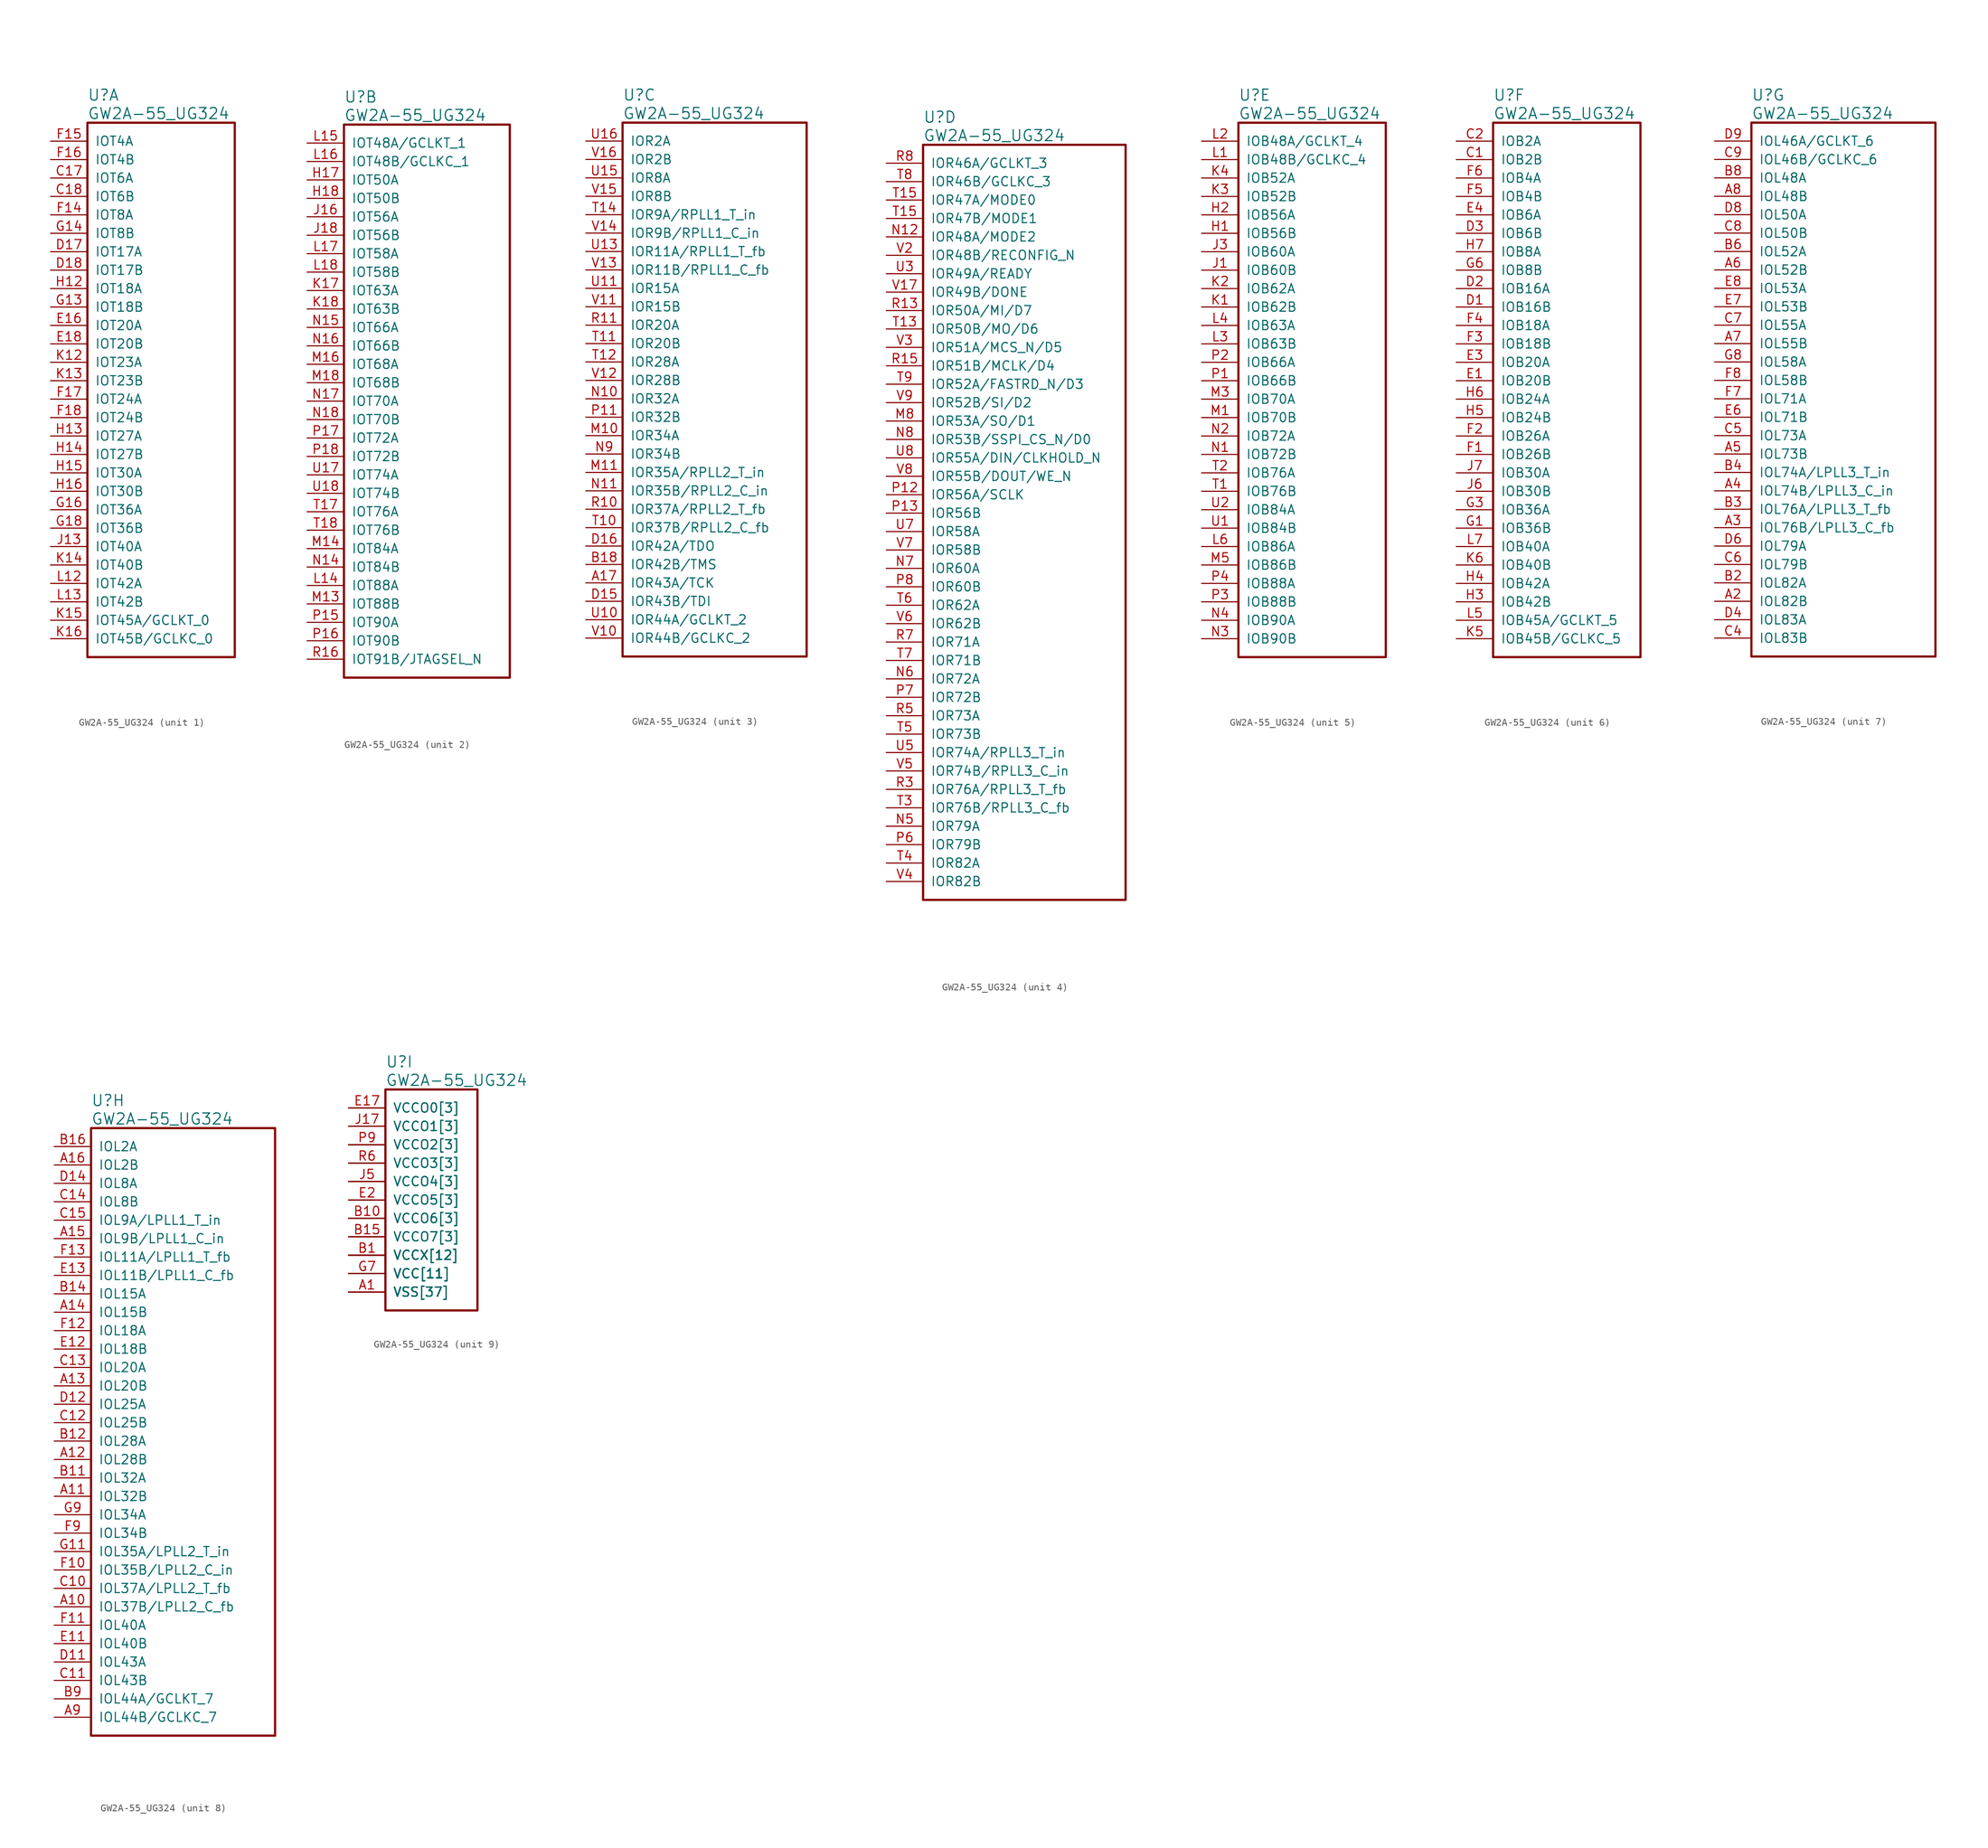
<source format=kicad_sym>
(kicad_symbol_lib
  (version 20211014)
  (generator kicad_symbol_editor)
  (symbol "GW2A-55_UG324"
    (pin_names
      (offset 1.016))
    (property "Reference" "U"
      (at 5.08 6.35 0)
      (effects (font (size 1.524 1.524)) (justify left)))
    (property "Value" "GW2A-55_UG324"
      (at 5.08 3.81 0)
      (effects (font (size 1.524 1.524)) (justify left)))
    (property "ki_locked" ""
      (at 0 0 0)
      (effects (font (size 1.27 1.27))))
    (symbol "GW2A-55_UG324_1_1"
      (rectangle (start 5.08 2.54) (end 25.4 -71.12) (stroke (width 0.305) (type default) (color 0 0 0 0)) (fill (type none)))
      (pin bidirectional line (at 0 -5.08 0) (length 5.08) (name "IOT6A" (effects (font (size 1.27 1.27)))) (number "C17" (effects (font (size 1.27 1.27)))))
      (pin bidirectional line (at 0 -7.62 0) (length 5.08) (name "IOT6B" (effects (font (size 1.27 1.27)))) (number "C18" (effects (font (size 1.27 1.27)))))
      (pin bidirectional line (at 0 -15.24 0) (length 5.08) (name "IOT17A" (effects (font (size 1.27 1.27)))) (number "D17" (effects (font (size 1.27 1.27)))))
      (pin bidirectional line (at 0 -17.78 0) (length 5.08) (name "IOT17B" (effects (font (size 1.27 1.27)))) (number "D18" (effects (font (size 1.27 1.27)))))
      (pin bidirectional line (at 0 -25.4 0) (length 5.08) (name "IOT20A" (effects (font (size 1.27 1.27)))) (number "E16" (effects (font (size 1.27 1.27)))))
      (pin bidirectional line (at 0 -27.94 0) (length 5.08) (name "IOT20B" (effects (font (size 1.27 1.27)))) (number "E18" (effects (font (size 1.27 1.27)))))
      (pin bidirectional line (at 0 -10.16 0) (length 5.08) (name "IOT8A" (effects (font (size 1.27 1.27)))) (number "F14" (effects (font (size 1.27 1.27)))))
      (pin bidirectional line (at 0 0 0) (length 5.08) (name "IOT4A" (effects (font (size 1.27 1.27)))) (number "F15" (effects (font (size 1.27 1.27)))))
      (pin bidirectional line (at 0 -2.54 0) (length 5.08) (name "IOT4B" (effects (font (size 1.27 1.27)))) (number "F16" (effects (font (size 1.27 1.27)))))
      (pin bidirectional line (at 0 -35.56 0) (length 5.08) (name "IOT24A" (effects (font (size 1.27 1.27)))) (number "F17" (effects (font (size 1.27 1.27)))))
      (pin bidirectional line (at 0 -38.1 0) (length 5.08) (name "IOT24B" (effects (font (size 1.27 1.27)))) (number "F18" (effects (font (size 1.27 1.27)))))
      (pin bidirectional line (at 0 -22.86 0) (length 5.08) (name "IOT18B" (effects (font (size 1.27 1.27)))) (number "G13" (effects (font (size 1.27 1.27)))))
      (pin bidirectional line (at 0 -12.7 0) (length 5.08) (name "IOT8B" (effects (font (size 1.27 1.27)))) (number "G14" (effects (font (size 1.27 1.27)))))
      (pin bidirectional line (at 0 -50.8 0) (length 5.08) (name "IOT36A" (effects (font (size 1.27 1.27)))) (number "G16" (effects (font (size 1.27 1.27)))))
      (pin bidirectional line (at 0 -53.34 0) (length 5.08) (name "IOT36B" (effects (font (size 1.27 1.27)))) (number "G18" (effects (font (size 1.27 1.27)))))
      (pin bidirectional line (at 0 -20.32 0) (length 5.08) (name "IOT18A" (effects (font (size 1.27 1.27)))) (number "H12" (effects (font (size 1.27 1.27)))))
      (pin bidirectional line (at 0 -40.64 0) (length 5.08) (name "IOT27A" (effects (font (size 1.27 1.27)))) (number "H13" (effects (font (size 1.27 1.27)))))
      (pin bidirectional line (at 0 -43.18 0) (length 5.08) (name "IOT27B" (effects (font (size 1.27 1.27)))) (number "H14" (effects (font (size 1.27 1.27)))))
      (pin bidirectional line (at 0 -45.72 0) (length 5.08) (name "IOT30A" (effects (font (size 1.27 1.27)))) (number "H15" (effects (font (size 1.27 1.27)))))
      (pin bidirectional line (at 0 -48.26 0) (length 5.08) (name "IOT30B" (effects (font (size 1.27 1.27)))) (number "H16" (effects (font (size 1.27 1.27)))))
      (pin bidirectional line (at 0 -55.88 0) (length 5.08) (name "IOT40A" (effects (font (size 1.27 1.27)))) (number "J13" (effects (font (size 1.27 1.27)))))
      (pin bidirectional line (at 0 -30.48 0) (length 5.08) (name "IOT23A" (effects (font (size 1.27 1.27)))) (number "K12" (effects (font (size 1.27 1.27)))))
      (pin bidirectional line (at 0 -33.02 0) (length 5.08) (name "IOT23B" (effects (font (size 1.27 1.27)))) (number "K13" (effects (font (size 1.27 1.27)))))
      (pin bidirectional line (at 0 -58.42 0) (length 5.08) (name "IOT40B" (effects (font (size 1.27 1.27)))) (number "K14" (effects (font (size 1.27 1.27)))))
      (pin bidirectional line (at 0 -66.04 0) (length 5.08) (name "IOT45A/GCLKT_0" (effects (font (size 1.27 1.27)))) (number "K15" (effects (font (size 1.27 1.27)))))
      (pin bidirectional line (at 0 -68.58 0) (length 5.08) (name "IOT45B/GCLKC_0" (effects (font (size 1.27 1.27)))) (number "K16" (effects (font (size 1.27 1.27)))))
      (pin bidirectional line (at 0 -60.96 0) (length 5.08) (name "IOT42A" (effects (font (size 1.27 1.27)))) (number "L12" (effects (font (size 1.27 1.27)))))
      (pin bidirectional line (at 0 -63.5 0) (length 5.08) (name "IOT42B" (effects (font (size 1.27 1.27)))) (number "L13" (effects (font (size 1.27 1.27))))))
    (symbol "GW2A-55_UG324_2_1"
      (rectangle (start 5.08 2.54) (end 27.94 -73.66) (stroke (width 0.305) (type default) (color 0 0 0 0)) (fill (type none)))
      (pin bidirectional line (at 0 -5.08 0) (length 5.08) (name "IOT50A" (effects (font (size 1.27 1.27)))) (number "H17" (effects (font (size 1.27 1.27)))))
      (pin bidirectional line (at 0 -7.62 0) (length 5.08) (name "IOT50B" (effects (font (size 1.27 1.27)))) (number "H18" (effects (font (size 1.27 1.27)))))
      (pin bidirectional line (at 0 -10.16 0) (length 5.08) (name "IOT56A" (effects (font (size 1.27 1.27)))) (number "J16" (effects (font (size 1.27 1.27)))))
      (pin bidirectional line (at 0 -12.7 0) (length 5.08) (name "IOT56B" (effects (font (size 1.27 1.27)))) (number "J18" (effects (font (size 1.27 1.27)))))
      (pin bidirectional line (at 0 -20.32 0) (length 5.08) (name "IOT63A" (effects (font (size 1.27 1.27)))) (number "K17" (effects (font (size 1.27 1.27)))))
      (pin bidirectional line (at 0 -22.86 0) (length 5.08) (name "IOT63B" (effects (font (size 1.27 1.27)))) (number "K18" (effects (font (size 1.27 1.27)))))
      (pin bidirectional line (at 0 -60.96 0) (length 5.08) (name "IOT88A" (effects (font (size 1.27 1.27)))) (number "L14" (effects (font (size 1.27 1.27)))))
      (pin bidirectional line (at 0 0 0) (length 5.08) (name "IOT48A/GCLKT_1" (effects (font (size 1.27 1.27)))) (number "L15" (effects (font (size 1.27 1.27)))))
      (pin bidirectional line (at 0 -2.54 0) (length 5.08) (name "IOT48B/GCLKC_1" (effects (font (size 1.27 1.27)))) (number "L16" (effects (font (size 1.27 1.27)))))
      (pin bidirectional line (at 0 -15.24 0) (length 5.08) (name "IOT58A" (effects (font (size 1.27 1.27)))) (number "L17" (effects (font (size 1.27 1.27)))))
      (pin bidirectional line (at 0 -17.78 0) (length 5.08) (name "IOT58B" (effects (font (size 1.27 1.27)))) (number "L18" (effects (font (size 1.27 1.27)))))
      (pin bidirectional line (at 0 -63.5 0) (length 5.08) (name "IOT88B" (effects (font (size 1.27 1.27)))) (number "M13" (effects (font (size 1.27 1.27)))))
      (pin bidirectional line (at 0 -55.88 0) (length 5.08) (name "IOT84A" (effects (font (size 1.27 1.27)))) (number "M14" (effects (font (size 1.27 1.27)))))
      (pin bidirectional line (at 0 -30.48 0) (length 5.08) (name "IOT68A" (effects (font (size 1.27 1.27)))) (number "M16" (effects (font (size 1.27 1.27)))))
      (pin bidirectional line (at 0 -33.02 0) (length 5.08) (name "IOT68B" (effects (font (size 1.27 1.27)))) (number "M18" (effects (font (size 1.27 1.27)))))
      (pin bidirectional line (at 0 -58.42 0) (length 5.08) (name "IOT84B" (effects (font (size 1.27 1.27)))) (number "N14" (effects (font (size 1.27 1.27)))))
      (pin bidirectional line (at 0 -25.4 0) (length 5.08) (name "IOT66A" (effects (font (size 1.27 1.27)))) (number "N15" (effects (font (size 1.27 1.27)))))
      (pin bidirectional line (at 0 -27.94 0) (length 5.08) (name "IOT66B" (effects (font (size 1.27 1.27)))) (number "N16" (effects (font (size 1.27 1.27)))))
      (pin bidirectional line (at 0 -35.56 0) (length 5.08) (name "IOT70A" (effects (font (size 1.27 1.27)))) (number "N17" (effects (font (size 1.27 1.27)))))
      (pin bidirectional line (at 0 -38.1 0) (length 5.08) (name "IOT70B" (effects (font (size 1.27 1.27)))) (number "N18" (effects (font (size 1.27 1.27)))))
      (pin bidirectional line (at 0 -66.04 0) (length 5.08) (name "IOT90A" (effects (font (size 1.27 1.27)))) (number "P15" (effects (font (size 1.27 1.27)))))
      (pin bidirectional line (at 0 -68.58 0) (length 5.08) (name "IOT90B" (effects (font (size 1.27 1.27)))) (number "P16" (effects (font (size 1.27 1.27)))))
      (pin bidirectional line (at 0 -40.64 0) (length 5.08) (name "IOT72A" (effects (font (size 1.27 1.27)))) (number "P17" (effects (font (size 1.27 1.27)))))
      (pin bidirectional line (at 0 -43.18 0) (length 5.08) (name "IOT72B" (effects (font (size 1.27 1.27)))) (number "P18" (effects (font (size 1.27 1.27)))))
      (pin bidirectional line (at 0 -71.12 0) (length 5.08) (name "IOT91B/JTAGSEL_N" (effects (font (size 1.27 1.27)))) (number "R16" (effects (font (size 1.27 1.27)))))
      (pin bidirectional line (at 0 -50.8 0) (length 5.08) (name "IOT76A" (effects (font (size 1.27 1.27)))) (number "T17" (effects (font (size 1.27 1.27)))))
      (pin bidirectional line (at 0 -53.34 0) (length 5.08) (name "IOT76B" (effects (font (size 1.27 1.27)))) (number "T18" (effects (font (size 1.27 1.27)))))
      (pin bidirectional line (at 0 -45.72 0) (length 5.08) (name "IOT74A" (effects (font (size 1.27 1.27)))) (number "U17" (effects (font (size 1.27 1.27)))))
      (pin bidirectional line (at 0 -48.26 0) (length 5.08) (name "IOT74B" (effects (font (size 1.27 1.27)))) (number "U18" (effects (font (size 1.27 1.27))))))
    (symbol "GW2A-55_UG324_3_1"
      (rectangle (start 5.08 2.54) (end 30.48 -71.12) (stroke (width 0.305) (type default) (color 0 0 0 0)) (fill (type none)))
      (pin bidirectional line (at 0 -60.96 0) (length 5.08) (name "IOR43A/TCK" (effects (font (size 1.27 1.27)))) (number "A17" (effects (font (size 1.27 1.27)))))
      (pin bidirectional line (at 0 -58.42 0) (length 5.08) (name "IOR42B/TMS" (effects (font (size 1.27 1.27)))) (number "B18" (effects (font (size 1.27 1.27)))))
      (pin bidirectional line (at 0 -63.5 0) (length 5.08) (name "IOR43B/TDI" (effects (font (size 1.27 1.27)))) (number "D15" (effects (font (size 1.27 1.27)))))
      (pin bidirectional line (at 0 -55.88 0) (length 5.08) (name "IOR42A/TDO" (effects (font (size 1.27 1.27)))) (number "D16" (effects (font (size 1.27 1.27)))))
      (pin bidirectional line (at 0 -40.64 0) (length 5.08) (name "IOR34A" (effects (font (size 1.27 1.27)))) (number "M10" (effects (font (size 1.27 1.27)))))
      (pin bidirectional line (at 0 -45.72 0) (length 5.08) (name "IOR35A/RPLL2_T_in" (effects (font (size 1.27 1.27)))) (number "M11" (effects (font (size 1.27 1.27)))))
      (pin bidirectional line (at 0 -35.56 0) (length 5.08) (name "IOR32A" (effects (font (size 1.27 1.27)))) (number "N10" (effects (font (size 1.27 1.27)))))
      (pin bidirectional line (at 0 -48.26 0) (length 5.08) (name "IOR35B/RPLL2_C_in" (effects (font (size 1.27 1.27)))) (number "N11" (effects (font (size 1.27 1.27)))))
      (pin bidirectional line (at 0 -43.18 0) (length 5.08) (name "IOR34B" (effects (font (size 1.27 1.27)))) (number "N9" (effects (font (size 1.27 1.27)))))
      (pin bidirectional line (at 0 -38.1 0) (length 5.08) (name "IOR32B" (effects (font (size 1.27 1.27)))) (number "P11" (effects (font (size 1.27 1.27)))))
      (pin bidirectional line (at 0 -50.8 0) (length 5.08) (name "IOR37A/RPLL2_T_fb" (effects (font (size 1.27 1.27)))) (number "R10" (effects (font (size 1.27 1.27)))))
      (pin bidirectional line (at 0 -25.4 0) (length 5.08) (name "IOR20A" (effects (font (size 1.27 1.27)))) (number "R11" (effects (font (size 1.27 1.27)))))
      (pin bidirectional line (at 0 -53.34 0) (length 5.08) (name "IOR37B/RPLL2_C_fb" (effects (font (size 1.27 1.27)))) (number "T10" (effects (font (size 1.27 1.27)))))
      (pin bidirectional line (at 0 -27.94 0) (length 5.08) (name "IOR20B" (effects (font (size 1.27 1.27)))) (number "T11" (effects (font (size 1.27 1.27)))))
      (pin bidirectional line (at 0 -30.48 0) (length 5.08) (name "IOR28A" (effects (font (size 1.27 1.27)))) (number "T12" (effects (font (size 1.27 1.27)))))
      (pin bidirectional line (at 0 -10.16 0) (length 5.08) (name "IOR9A/RPLL1_T_in" (effects (font (size 1.27 1.27)))) (number "T14" (effects (font (size 1.27 1.27)))))
      (pin bidirectional line (at 0 -66.04 0) (length 5.08) (name "IOR44A/GCLKT_2" (effects (font (size 1.27 1.27)))) (number "U10" (effects (font (size 1.27 1.27)))))
      (pin bidirectional line (at 0 -20.32 0) (length 5.08) (name "IOR15A" (effects (font (size 1.27 1.27)))) (number "U11" (effects (font (size 1.27 1.27)))))
      (pin bidirectional line (at 0 -15.24 0) (length 5.08) (name "IOR11A/RPLL1_T_fb" (effects (font (size 1.27 1.27)))) (number "U13" (effects (font (size 1.27 1.27)))))
      (pin bidirectional line (at 0 -5.08 0) (length 5.08) (name "IOR8A" (effects (font (size 1.27 1.27)))) (number "U15" (effects (font (size 1.27 1.27)))))
      (pin bidirectional line (at 0 0 0) (length 5.08) (name "IOR2A" (effects (font (size 1.27 1.27)))) (number "U16" (effects (font (size 1.27 1.27)))))
      (pin bidirectional line (at 0 -68.58 0) (length 5.08) (name "IOR44B/GCLKC_2" (effects (font (size 1.27 1.27)))) (number "V10" (effects (font (size 1.27 1.27)))))
      (pin bidirectional line (at 0 -22.86 0) (length 5.08) (name "IOR15B" (effects (font (size 1.27 1.27)))) (number "V11" (effects (font (size 1.27 1.27)))))
      (pin bidirectional line (at 0 -33.02 0) (length 5.08) (name "IOR28B" (effects (font (size 1.27 1.27)))) (number "V12" (effects (font (size 1.27 1.27)))))
      (pin bidirectional line (at 0 -17.78 0) (length 5.08) (name "IOR11B/RPLL1_C_fb" (effects (font (size 1.27 1.27)))) (number "V13" (effects (font (size 1.27 1.27)))))
      (pin bidirectional line (at 0 -12.7 0) (length 5.08) (name "IOR9B/RPLL1_C_in" (effects (font (size 1.27 1.27)))) (number "V14" (effects (font (size 1.27 1.27)))))
      (pin bidirectional line (at 0 -7.62 0) (length 5.08) (name "IOR8B" (effects (font (size 1.27 1.27)))) (number "V15" (effects (font (size 1.27 1.27)))))
      (pin bidirectional line (at 0 -2.54 0) (length 5.08) (name "IOR2B" (effects (font (size 1.27 1.27)))) (number "V16" (effects (font (size 1.27 1.27))))))
    (symbol "GW2A-55_UG324_4_1"
      (rectangle (start 5.08 2.54) (end 33.02 -101.6) (stroke (width 0.305) (type default) (color 0 0 0 0)) (fill (type none)))
      (pin bidirectional line (at 0 -35.56 0) (length 5.08) (name "IOR53A/SO/D1" (effects (font (size 1.27 1.27)))) (number "M8" (effects (font (size 1.27 1.27)))))
      (pin bidirectional line (at 0 -10.16 0) (length 5.08) (name "IOR48A/MODE2" (effects (font (size 1.27 1.27)))) (number "N12" (effects (font (size 1.27 1.27)))))
      (pin bidirectional line (at 0 -91.44 0) (length 5.08) (name "IOR79A" (effects (font (size 1.27 1.27)))) (number "N5" (effects (font (size 1.27 1.27)))))
      (pin bidirectional line (at 0 -71.12 0) (length 5.08) (name "IOR72A" (effects (font (size 1.27 1.27)))) (number "N6" (effects (font (size 1.27 1.27)))))
      (pin bidirectional line (at 0 -55.88 0) (length 5.08) (name "IOR60A" (effects (font (size 1.27 1.27)))) (number "N7" (effects (font (size 1.27 1.27)))))
      (pin bidirectional line (at 0 -38.1 0) (length 5.08) (name "IOR53B/SSPI_CS_N/D0" (effects (font (size 1.27 1.27)))) (number "N8" (effects (font (size 1.27 1.27)))))
      (pin bidirectional line (at 0 -45.72 0) (length 5.08) (name "IOR56A/SCLK" (effects (font (size 1.27 1.27)))) (number "P12" (effects (font (size 1.27 1.27)))))
      (pin bidirectional line (at 0 -48.26 0) (length 5.08) (name "IOR56B" (effects (font (size 1.27 1.27)))) (number "P13" (effects (font (size 1.27 1.27)))))
      (pin bidirectional line (at 0 -93.98 0) (length 5.08) (name "IOR79B" (effects (font (size 1.27 1.27)))) (number "P6" (effects (font (size 1.27 1.27)))))
      (pin bidirectional line (at 0 -73.66 0) (length 5.08) (name "IOR72B" (effects (font (size 1.27 1.27)))) (number "P7" (effects (font (size 1.27 1.27)))))
      (pin bidirectional line (at 0 -58.42 0) (length 5.08) (name "IOR60B" (effects (font (size 1.27 1.27)))) (number "P8" (effects (font (size 1.27 1.27)))))
      (pin bidirectional line (at 0 -20.32 0) (length 5.08) (name "IOR50A/MI/D7" (effects (font (size 1.27 1.27)))) (number "R13" (effects (font (size 1.27 1.27)))))
      (pin bidirectional line (at 0 -27.94 0) (length 5.08) (name "IOR51B/MCLK/D4" (effects (font (size 1.27 1.27)))) (number "R15" (effects (font (size 1.27 1.27)))))
      (pin bidirectional line (at 0 -86.36 0) (length 5.08) (name "IOR76A/RPLL3_T_fb" (effects (font (size 1.27 1.27)))) (number "R3" (effects (font (size 1.27 1.27)))))
      (pin bidirectional line (at 0 -76.2 0) (length 5.08) (name "IOR73A" (effects (font (size 1.27 1.27)))) (number "R5" (effects (font (size 1.27 1.27)))))
      (pin bidirectional line (at 0 -66.04 0) (length 5.08) (name "IOR71A" (effects (font (size 1.27 1.27)))) (number "R7" (effects (font (size 1.27 1.27)))))
      (pin bidirectional line (at 0 0 0) (length 5.08) (name "IOR46A/GCLKT_3" (effects (font (size 1.27 1.27)))) (number "R8" (effects (font (size 1.27 1.27)))))
      (pin bidirectional line (at 0 -22.86 0) (length 5.08) (name "IOR50B/MO/D6" (effects (font (size 1.27 1.27)))) (number "T13" (effects (font (size 1.27 1.27)))))
      (pin bidirectional line (at 0 -5.08 0) (length 5.08) (name "IOR47A/MODE0" (effects (font (size 1.27 1.27)))) (number "T15" (effects (font (size 1.27 1.27)))))
      (pin bidirectional line (at 0 -7.62 0) (length 5.08) (name "IOR47B/MODE1" (effects (font (size 1.27 1.27)))) (number "T15" (effects (font (size 1.27 1.27)))))
      (pin bidirectional line (at 0 -88.9 0) (length 5.08) (name "IOR76B/RPLL3_C_fb" (effects (font (size 1.27 1.27)))) (number "T3" (effects (font (size 1.27 1.27)))))
      (pin bidirectional line (at 0 -96.52 0) (length 5.08) (name "IOR82A" (effects (font (size 1.27 1.27)))) (number "T4" (effects (font (size 1.27 1.27)))))
      (pin bidirectional line (at 0 -78.74 0) (length 5.08) (name "IOR73B" (effects (font (size 1.27 1.27)))) (number "T5" (effects (font (size 1.27 1.27)))))
      (pin bidirectional line (at 0 -60.96 0) (length 5.08) (name "IOR62A" (effects (font (size 1.27 1.27)))) (number "T6" (effects (font (size 1.27 1.27)))))
      (pin bidirectional line (at 0 -68.58 0) (length 5.08) (name "IOR71B" (effects (font (size 1.27 1.27)))) (number "T7" (effects (font (size 1.27 1.27)))))
      (pin bidirectional line (at 0 -2.54 0) (length 5.08) (name "IOR46B/GCLKC_3" (effects (font (size 1.27 1.27)))) (number "T8" (effects (font (size 1.27 1.27)))))
      (pin bidirectional line (at 0 -30.48 0) (length 5.08) (name "IOR52A/FASTRD_N/D3" (effects (font (size 1.27 1.27)))) (number "T9" (effects (font (size 1.27 1.27)))))
      (pin bidirectional line (at 0 -15.24 0) (length 5.08) (name "IOR49A/READY" (effects (font (size 1.27 1.27)))) (number "U3" (effects (font (size 1.27 1.27)))))
      (pin bidirectional line (at 0 -81.28 0) (length 5.08) (name "IOR74A/RPLL3_T_in" (effects (font (size 1.27 1.27)))) (number "U5" (effects (font (size 1.27 1.27)))))
      (pin bidirectional line (at 0 -50.8 0) (length 5.08) (name "IOR58A" (effects (font (size 1.27 1.27)))) (number "U7" (effects (font (size 1.27 1.27)))))
      (pin bidirectional line (at 0 -40.64 0) (length 5.08) (name "IOR55A/DIN/CLKHOLD_N" (effects (font (size 1.27 1.27)))) (number "U8" (effects (font (size 1.27 1.27)))))
      (pin bidirectional line (at 0 -17.78 0) (length 5.08) (name "IOR49B/DONE" (effects (font (size 1.27 1.27)))) (number "V17" (effects (font (size 1.27 1.27)))))
      (pin bidirectional line (at 0 -12.7 0) (length 5.08) (name "IOR48B/RECONFIG_N" (effects (font (size 1.27 1.27)))) (number "V2" (effects (font (size 1.27 1.27)))))
      (pin bidirectional line (at 0 -25.4 0) (length 5.08) (name "IOR51A/MCS_N/D5" (effects (font (size 1.27 1.27)))) (number "V3" (effects (font (size 1.27 1.27)))))
      (pin bidirectional line (at 0 -99.06 0) (length 5.08) (name "IOR82B" (effects (font (size 1.27 1.27)))) (number "V4" (effects (font (size 1.27 1.27)))))
      (pin bidirectional line (at 0 -83.82 0) (length 5.08) (name "IOR74B/RPLL3_C_in" (effects (font (size 1.27 1.27)))) (number "V5" (effects (font (size 1.27 1.27)))))
      (pin bidirectional line (at 0 -63.5 0) (length 5.08) (name "IOR62B" (effects (font (size 1.27 1.27)))) (number "V6" (effects (font (size 1.27 1.27)))))
      (pin bidirectional line (at 0 -53.34 0) (length 5.08) (name "IOR58B" (effects (font (size 1.27 1.27)))) (number "V7" (effects (font (size 1.27 1.27)))))
      (pin bidirectional line (at 0 -43.18 0) (length 5.08) (name "IOR55B/DOUT/WE_N" (effects (font (size 1.27 1.27)))) (number "V8" (effects (font (size 1.27 1.27)))))
      (pin bidirectional line (at 0 -33.02 0) (length 5.08) (name "IOR52B/SI/D2" (effects (font (size 1.27 1.27)))) (number "V9" (effects (font (size 1.27 1.27))))))
    (symbol "GW2A-55_UG324_5_1"
      (rectangle (start 5.08 2.54) (end 25.4 -71.12) (stroke (width 0.305) (type default) (color 0 0 0 0)) (fill (type none)))
      (pin bidirectional line (at 0 -12.7 0) (length 5.08) (name "IOB56B" (effects (font (size 1.27 1.27)))) (number "H1" (effects (font (size 1.27 1.27)))))
      (pin bidirectional line (at 0 -10.16 0) (length 5.08) (name "IOB56A" (effects (font (size 1.27 1.27)))) (number "H2" (effects (font (size 1.27 1.27)))))
      (pin bidirectional line (at 0 -17.78 0) (length 5.08) (name "IOB60B" (effects (font (size 1.27 1.27)))) (number "J1" (effects (font (size 1.27 1.27)))))
      (pin bidirectional line (at 0 -15.24 0) (length 5.08) (name "IOB60A" (effects (font (size 1.27 1.27)))) (number "J3" (effects (font (size 1.27 1.27)))))
      (pin bidirectional line (at 0 -22.86 0) (length 5.08) (name "IOB62B" (effects (font (size 1.27 1.27)))) (number "K1" (effects (font (size 1.27 1.27)))))
      (pin bidirectional line (at 0 -20.32 0) (length 5.08) (name "IOB62A" (effects (font (size 1.27 1.27)))) (number "K2" (effects (font (size 1.27 1.27)))))
      (pin bidirectional line (at 0 -7.62 0) (length 5.08) (name "IOB52B" (effects (font (size 1.27 1.27)))) (number "K3" (effects (font (size 1.27 1.27)))))
      (pin bidirectional line (at 0 -5.08 0) (length 5.08) (name "IOB52A" (effects (font (size 1.27 1.27)))) (number "K4" (effects (font (size 1.27 1.27)))))
      (pin bidirectional line (at 0 -2.54 0) (length 5.08) (name "IOB48B/GCLKC_4" (effects (font (size 1.27 1.27)))) (number "L1" (effects (font (size 1.27 1.27)))))
      (pin bidirectional line (at 0 0 0) (length 5.08) (name "IOB48A/GCLKT_4" (effects (font (size 1.27 1.27)))) (number "L2" (effects (font (size 1.27 1.27)))))
      (pin bidirectional line (at 0 -27.94 0) (length 5.08) (name "IOB63B" (effects (font (size 1.27 1.27)))) (number "L3" (effects (font (size 1.27 1.27)))))
      (pin bidirectional line (at 0 -25.4 0) (length 5.08) (name "IOB63A" (effects (font (size 1.27 1.27)))) (number "L4" (effects (font (size 1.27 1.27)))))
      (pin bidirectional line (at 0 -55.88 0) (length 5.08) (name "IOB86A" (effects (font (size 1.27 1.27)))) (number "L6" (effects (font (size 1.27 1.27)))))
      (pin bidirectional line (at 0 -38.1 0) (length 5.08) (name "IOB70B" (effects (font (size 1.27 1.27)))) (number "M1" (effects (font (size 1.27 1.27)))))
      (pin bidirectional line (at 0 -35.56 0) (length 5.08) (name "IOB70A" (effects (font (size 1.27 1.27)))) (number "M3" (effects (font (size 1.27 1.27)))))
      (pin bidirectional line (at 0 -58.42 0) (length 5.08) (name "IOB86B" (effects (font (size 1.27 1.27)))) (number "M5" (effects (font (size 1.27 1.27)))))
      (pin bidirectional line (at 0 -43.18 0) (length 5.08) (name "IOB72B" (effects (font (size 1.27 1.27)))) (number "N1" (effects (font (size 1.27 1.27)))))
      (pin bidirectional line (at 0 -40.64 0) (length 5.08) (name "IOB72A" (effects (font (size 1.27 1.27)))) (number "N2" (effects (font (size 1.27 1.27)))))
      (pin bidirectional line (at 0 -68.58 0) (length 5.08) (name "IOB90B" (effects (font (size 1.27 1.27)))) (number "N3" (effects (font (size 1.27 1.27)))))
      (pin bidirectional line (at 0 -66.04 0) (length 5.08) (name "IOB90A" (effects (font (size 1.27 1.27)))) (number "N4" (effects (font (size 1.27 1.27)))))
      (pin bidirectional line (at 0 -33.02 0) (length 5.08) (name "IOB66B" (effects (font (size 1.27 1.27)))) (number "P1" (effects (font (size 1.27 1.27)))))
      (pin bidirectional line (at 0 -30.48 0) (length 5.08) (name "IOB66A" (effects (font (size 1.27 1.27)))) (number "P2" (effects (font (size 1.27 1.27)))))
      (pin bidirectional line (at 0 -63.5 0) (length 5.08) (name "IOB88B" (effects (font (size 1.27 1.27)))) (number "P3" (effects (font (size 1.27 1.27)))))
      (pin bidirectional line (at 0 -60.96 0) (length 5.08) (name "IOB88A" (effects (font (size 1.27 1.27)))) (number "P4" (effects (font (size 1.27 1.27)))))
      (pin bidirectional line (at 0 -48.26 0) (length 5.08) (name "IOB76B" (effects (font (size 1.27 1.27)))) (number "T1" (effects (font (size 1.27 1.27)))))
      (pin bidirectional line (at 0 -45.72 0) (length 5.08) (name "IOB76A" (effects (font (size 1.27 1.27)))) (number "T2" (effects (font (size 1.27 1.27)))))
      (pin bidirectional line (at 0 -53.34 0) (length 5.08) (name "IOB84B" (effects (font (size 1.27 1.27)))) (number "U1" (effects (font (size 1.27 1.27)))))
      (pin bidirectional line (at 0 -50.8 0) (length 5.08) (name "IOB84A" (effects (font (size 1.27 1.27)))) (number "U2" (effects (font (size 1.27 1.27))))))
    (symbol "GW2A-55_UG324_6_1"
      (rectangle (start 5.08 2.54) (end 25.4 -71.12) (stroke (width 0.305) (type default) (color 0 0 0 0)) (fill (type none)))
      (pin bidirectional line (at 0 -2.54 0) (length 5.08) (name "IOB2B" (effects (font (size 1.27 1.27)))) (number "C1" (effects (font (size 1.27 1.27)))))
      (pin bidirectional line (at 0 0 0) (length 5.08) (name "IOB2A" (effects (font (size 1.27 1.27)))) (number "C2" (effects (font (size 1.27 1.27)))))
      (pin bidirectional line (at 0 -22.86 0) (length 5.08) (name "IOB16B" (effects (font (size 1.27 1.27)))) (number "D1" (effects (font (size 1.27 1.27)))))
      (pin bidirectional line (at 0 -20.32 0) (length 5.08) (name "IOB16A" (effects (font (size 1.27 1.27)))) (number "D2" (effects (font (size 1.27 1.27)))))
      (pin bidirectional line (at 0 -12.7 0) (length 5.08) (name "IOB6B" (effects (font (size 1.27 1.27)))) (number "D3" (effects (font (size 1.27 1.27)))))
      (pin bidirectional line (at 0 -33.02 0) (length 5.08) (name "IOB20B" (effects (font (size 1.27 1.27)))) (number "E1" (effects (font (size 1.27 1.27)))))
      (pin bidirectional line (at 0 -30.48 0) (length 5.08) (name "IOB20A" (effects (font (size 1.27 1.27)))) (number "E3" (effects (font (size 1.27 1.27)))))
      (pin bidirectional line (at 0 -10.16 0) (length 5.08) (name "IOB6A" (effects (font (size 1.27 1.27)))) (number "E4" (effects (font (size 1.27 1.27)))))
      (pin bidirectional line (at 0 -43.18 0) (length 5.08) (name "IOB26B" (effects (font (size 1.27 1.27)))) (number "F1" (effects (font (size 1.27 1.27)))))
      (pin bidirectional line (at 0 -40.64 0) (length 5.08) (name "IOB26A" (effects (font (size 1.27 1.27)))) (number "F2" (effects (font (size 1.27 1.27)))))
      (pin bidirectional line (at 0 -27.94 0) (length 5.08) (name "IOB18B" (effects (font (size 1.27 1.27)))) (number "F3" (effects (font (size 1.27 1.27)))))
      (pin bidirectional line (at 0 -25.4 0) (length 5.08) (name "IOB18A" (effects (font (size 1.27 1.27)))) (number "F4" (effects (font (size 1.27 1.27)))))
      (pin bidirectional line (at 0 -7.62 0) (length 5.08) (name "IOB4B" (effects (font (size 1.27 1.27)))) (number "F5" (effects (font (size 1.27 1.27)))))
      (pin bidirectional line (at 0 -5.08 0) (length 5.08) (name "IOB4A" (effects (font (size 1.27 1.27)))) (number "F6" (effects (font (size 1.27 1.27)))))
      (pin bidirectional line (at 0 -53.34 0) (length 5.08) (name "IOB36B" (effects (font (size 1.27 1.27)))) (number "G1" (effects (font (size 1.27 1.27)))))
      (pin bidirectional line (at 0 -50.8 0) (length 5.08) (name "IOB36A" (effects (font (size 1.27 1.27)))) (number "G3" (effects (font (size 1.27 1.27)))))
      (pin bidirectional line (at 0 -17.78 0) (length 5.08) (name "IOB8B" (effects (font (size 1.27 1.27)))) (number "G6" (effects (font (size 1.27 1.27)))))
      (pin bidirectional line (at 0 -63.5 0) (length 5.08) (name "IOB42B" (effects (font (size 1.27 1.27)))) (number "H3" (effects (font (size 1.27 1.27)))))
      (pin bidirectional line (at 0 -60.96 0) (length 5.08) (name "IOB42A" (effects (font (size 1.27 1.27)))) (number "H4" (effects (font (size 1.27 1.27)))))
      (pin bidirectional line (at 0 -38.1 0) (length 5.08) (name "IOB24B" (effects (font (size 1.27 1.27)))) (number "H5" (effects (font (size 1.27 1.27)))))
      (pin bidirectional line (at 0 -35.56 0) (length 5.08) (name "IOB24A" (effects (font (size 1.27 1.27)))) (number "H6" (effects (font (size 1.27 1.27)))))
      (pin bidirectional line (at 0 -15.24 0) (length 5.08) (name "IOB8A" (effects (font (size 1.27 1.27)))) (number "H7" (effects (font (size 1.27 1.27)))))
      (pin bidirectional line (at 0 -48.26 0) (length 5.08) (name "IOB30B" (effects (font (size 1.27 1.27)))) (number "J6" (effects (font (size 1.27 1.27)))))
      (pin bidirectional line (at 0 -45.72 0) (length 5.08) (name "IOB30A" (effects (font (size 1.27 1.27)))) (number "J7" (effects (font (size 1.27 1.27)))))
      (pin bidirectional line (at 0 -68.58 0) (length 5.08) (name "IOB45B/GCLKC_5" (effects (font (size 1.27 1.27)))) (number "K5" (effects (font (size 1.27 1.27)))))
      (pin bidirectional line (at 0 -58.42 0) (length 5.08) (name "IOB40B" (effects (font (size 1.27 1.27)))) (number "K6" (effects (font (size 1.27 1.27)))))
      (pin bidirectional line (at 0 -66.04 0) (length 5.08) (name "IOB45A/GCLKT_5" (effects (font (size 1.27 1.27)))) (number "L5" (effects (font (size 1.27 1.27)))))
      (pin bidirectional line (at 0 -55.88 0) (length 5.08) (name "IOB40A" (effects (font (size 1.27 1.27)))) (number "L7" (effects (font (size 1.27 1.27))))))
    (symbol "GW2A-55_UG324_7_1"
      (rectangle (start 5.08 2.54) (end 30.48 -71.12) (stroke (width 0.305) (type default) (color 0 0 0 0)) (fill (type none)))
      (pin bidirectional line (at 0 -63.5 0) (length 5.08) (name "IOL82B" (effects (font (size 1.27 1.27)))) (number "A2" (effects (font (size 1.27 1.27)))))
      (pin bidirectional line (at 0 -53.34 0) (length 5.08) (name "IOL76B/LPLL3_C_fb" (effects (font (size 1.27 1.27)))) (number "A3" (effects (font (size 1.27 1.27)))))
      (pin bidirectional line (at 0 -48.26 0) (length 5.08) (name "IOL74B/LPLL3_C_in" (effects (font (size 1.27 1.27)))) (number "A4" (effects (font (size 1.27 1.27)))))
      (pin bidirectional line (at 0 -43.18 0) (length 5.08) (name "IOL73B" (effects (font (size 1.27 1.27)))) (number "A5" (effects (font (size 1.27 1.27)))))
      (pin bidirectional line (at 0 -17.78 0) (length 5.08) (name "IOL52B" (effects (font (size 1.27 1.27)))) (number "A6" (effects (font (size 1.27 1.27)))))
      (pin bidirectional line (at 0 -27.94 0) (length 5.08) (name "IOL55B" (effects (font (size 1.27 1.27)))) (number "A7" (effects (font (size 1.27 1.27)))))
      (pin bidirectional line (at 0 -7.62 0) (length 5.08) (name "IOL48B" (effects (font (size 1.27 1.27)))) (number "A8" (effects (font (size 1.27 1.27)))))
      (pin bidirectional line (at 0 -60.96 0) (length 5.08) (name "IOL82A" (effects (font (size 1.27 1.27)))) (number "B2" (effects (font (size 1.27 1.27)))))
      (pin bidirectional line (at 0 -50.8 0) (length 5.08) (name "IOL76A/LPLL3_T_fb" (effects (font (size 1.27 1.27)))) (number "B3" (effects (font (size 1.27 1.27)))))
      (pin bidirectional line (at 0 -45.72 0) (length 5.08) (name "IOL74A/LPLL3_T_in" (effects (font (size 1.27 1.27)))) (number "B4" (effects (font (size 1.27 1.27)))))
      (pin bidirectional line (at 0 -15.24 0) (length 5.08) (name "IOL52A" (effects (font (size 1.27 1.27)))) (number "B6" (effects (font (size 1.27 1.27)))))
      (pin bidirectional line (at 0 -5.08 0) (length 5.08) (name "IOL48A" (effects (font (size 1.27 1.27)))) (number "B8" (effects (font (size 1.27 1.27)))))
      (pin bidirectional line (at 0 -68.58 0) (length 5.08) (name "IOL83B" (effects (font (size 1.27 1.27)))) (number "C4" (effects (font (size 1.27 1.27)))))
      (pin bidirectional line (at 0 -40.64 0) (length 5.08) (name "IOL73A" (effects (font (size 1.27 1.27)))) (number "C5" (effects (font (size 1.27 1.27)))))
      (pin bidirectional line (at 0 -58.42 0) (length 5.08) (name "IOL79B" (effects (font (size 1.27 1.27)))) (number "C6" (effects (font (size 1.27 1.27)))))
      (pin bidirectional line (at 0 -25.4 0) (length 5.08) (name "IOL55A" (effects (font (size 1.27 1.27)))) (number "C7" (effects (font (size 1.27 1.27)))))
      (pin bidirectional line (at 0 -12.7 0) (length 5.08) (name "IOL50B" (effects (font (size 1.27 1.27)))) (number "C8" (effects (font (size 1.27 1.27)))))
      (pin bidirectional line (at 0 -2.54 0) (length 5.08) (name "IOL46B/GCLKC_6" (effects (font (size 1.27 1.27)))) (number "C9" (effects (font (size 1.27 1.27)))))
      (pin bidirectional line (at 0 -66.04 0) (length 5.08) (name "IOL83A" (effects (font (size 1.27 1.27)))) (number "D4" (effects (font (size 1.27 1.27)))))
      (pin bidirectional line (at 0 -55.88 0) (length 5.08) (name "IOL79A" (effects (font (size 1.27 1.27)))) (number "D6" (effects (font (size 1.27 1.27)))))
      (pin bidirectional line (at 0 -10.16 0) (length 5.08) (name "IOL50A" (effects (font (size 1.27 1.27)))) (number "D8" (effects (font (size 1.27 1.27)))))
      (pin bidirectional line (at 0 0 0) (length 5.08) (name "IOL46A/GCLKT_6" (effects (font (size 1.27 1.27)))) (number "D9" (effects (font (size 1.27 1.27)))))
      (pin bidirectional line (at 0 -38.1 0) (length 5.08) (name "IOL71B" (effects (font (size 1.27 1.27)))) (number "E6" (effects (font (size 1.27 1.27)))))
      (pin bidirectional line (at 0 -22.86 0) (length 5.08) (name "IOL53B" (effects (font (size 1.27 1.27)))) (number "E7" (effects (font (size 1.27 1.27)))))
      (pin bidirectional line (at 0 -20.32 0) (length 5.08) (name "IOL53A" (effects (font (size 1.27 1.27)))) (number "E8" (effects (font (size 1.27 1.27)))))
      (pin bidirectional line (at 0 -35.56 0) (length 5.08) (name "IOL71A" (effects (font (size 1.27 1.27)))) (number "F7" (effects (font (size 1.27 1.27)))))
      (pin bidirectional line (at 0 -33.02 0) (length 5.08) (name "IOL58B" (effects (font (size 1.27 1.27)))) (number "F8" (effects (font (size 1.27 1.27)))))
      (pin bidirectional line (at 0 -30.48 0) (length 5.08) (name "IOL58A" (effects (font (size 1.27 1.27)))) (number "G8" (effects (font (size 1.27 1.27))))))
    (symbol "GW2A-55_UG324_8_1"
      (rectangle (start 5.08 2.54) (end 30.48 -81.28) (stroke (width 0.305) (type default) (color 0 0 0 0)) (fill (type none)))
      (pin bidirectional line (at 0 -63.5 0) (length 5.08) (name "IOL37B/LPLL2_C_fb" (effects (font (size 1.27 1.27)))) (number "A10" (effects (font (size 1.27 1.27)))))
      (pin bidirectional line (at 0 -48.26 0) (length 5.08) (name "IOL32B" (effects (font (size 1.27 1.27)))) (number "A11" (effects (font (size 1.27 1.27)))))
      (pin bidirectional line (at 0 -43.18 0) (length 5.08) (name "IOL28B" (effects (font (size 1.27 1.27)))) (number "A12" (effects (font (size 1.27 1.27)))))
      (pin bidirectional line (at 0 -33.02 0) (length 5.08) (name "IOL20B" (effects (font (size 1.27 1.27)))) (number "A13" (effects (font (size 1.27 1.27)))))
      (pin bidirectional line (at 0 -22.86 0) (length 5.08) (name "IOL15B" (effects (font (size 1.27 1.27)))) (number "A14" (effects (font (size 1.27 1.27)))))
      (pin bidirectional line (at 0 -12.7 0) (length 5.08) (name "IOL9B/LPLL1_C_in" (effects (font (size 1.27 1.27)))) (number "A15" (effects (font (size 1.27 1.27)))))
      (pin bidirectional line (at 0 -2.54 0) (length 5.08) (name "IOL2B" (effects (font (size 1.27 1.27)))) (number "A16" (effects (font (size 1.27 1.27)))))
      (pin bidirectional line (at 0 -78.74 0) (length 5.08) (name "IOL44B/GCLKC_7" (effects (font (size 1.27 1.27)))) (number "A9" (effects (font (size 1.27 1.27)))))
      (pin bidirectional line (at 0 -45.72 0) (length 5.08) (name "IOL32A" (effects (font (size 1.27 1.27)))) (number "B11" (effects (font (size 1.27 1.27)))))
      (pin bidirectional line (at 0 -40.64 0) (length 5.08) (name "IOL28A" (effects (font (size 1.27 1.27)))) (number "B12" (effects (font (size 1.27 1.27)))))
      (pin bidirectional line (at 0 -20.32 0) (length 5.08) (name "IOL15A" (effects (font (size 1.27 1.27)))) (number "B14" (effects (font (size 1.27 1.27)))))
      (pin bidirectional line (at 0 0 0) (length 5.08) (name "IOL2A" (effects (font (size 1.27 1.27)))) (number "B16" (effects (font (size 1.27 1.27)))))
      (pin bidirectional line (at 0 -76.2 0) (length 5.08) (name "IOL44A/GCLKT_7" (effects (font (size 1.27 1.27)))) (number "B9" (effects (font (size 1.27 1.27)))))
      (pin bidirectional line (at 0 -60.96 0) (length 5.08) (name "IOL37A/LPLL2_T_fb" (effects (font (size 1.27 1.27)))) (number "C10" (effects (font (size 1.27 1.27)))))
      (pin bidirectional line (at 0 -73.66 0) (length 5.08) (name "IOL43B" (effects (font (size 1.27 1.27)))) (number "C11" (effects (font (size 1.27 1.27)))))
      (pin bidirectional line (at 0 -38.1 0) (length 5.08) (name "IOL25B" (effects (font (size 1.27 1.27)))) (number "C12" (effects (font (size 1.27 1.27)))))
      (pin bidirectional line (at 0 -30.48 0) (length 5.08) (name "IOL20A" (effects (font (size 1.27 1.27)))) (number "C13" (effects (font (size 1.27 1.27)))))
      (pin bidirectional line (at 0 -7.62 0) (length 5.08) (name "IOL8B" (effects (font (size 1.27 1.27)))) (number "C14" (effects (font (size 1.27 1.27)))))
      (pin bidirectional line (at 0 -10.16 0) (length 5.08) (name "IOL9A/LPLL1_T_in" (effects (font (size 1.27 1.27)))) (number "C15" (effects (font (size 1.27 1.27)))))
      (pin bidirectional line (at 0 -71.12 0) (length 5.08) (name "IOL43A" (effects (font (size 1.27 1.27)))) (number "D11" (effects (font (size 1.27 1.27)))))
      (pin bidirectional line (at 0 -35.56 0) (length 5.08) (name "IOL25A" (effects (font (size 1.27 1.27)))) (number "D12" (effects (font (size 1.27 1.27)))))
      (pin bidirectional line (at 0 -5.08 0) (length 5.08) (name "IOL8A" (effects (font (size 1.27 1.27)))) (number "D14" (effects (font (size 1.27 1.27)))))
      (pin bidirectional line (at 0 -68.58 0) (length 5.08) (name "IOL40B" (effects (font (size 1.27 1.27)))) (number "E11" (effects (font (size 1.27 1.27)))))
      (pin bidirectional line (at 0 -27.94 0) (length 5.08) (name "IOL18B" (effects (font (size 1.27 1.27)))) (number "E12" (effects (font (size 1.27 1.27)))))
      (pin bidirectional line (at 0 -17.78 0) (length 5.08) (name "IOL11B/LPLL1_C_fb" (effects (font (size 1.27 1.27)))) (number "E13" (effects (font (size 1.27 1.27)))))
      (pin bidirectional line (at 0 -58.42 0) (length 5.08) (name "IOL35B/LPLL2_C_in" (effects (font (size 1.27 1.27)))) (number "F10" (effects (font (size 1.27 1.27)))))
      (pin bidirectional line (at 0 -66.04 0) (length 5.08) (name "IOL40A" (effects (font (size 1.27 1.27)))) (number "F11" (effects (font (size 1.27 1.27)))))
      (pin bidirectional line (at 0 -25.4 0) (length 5.08) (name "IOL18A" (effects (font (size 1.27 1.27)))) (number "F12" (effects (font (size 1.27 1.27)))))
      (pin bidirectional line (at 0 -15.24 0) (length 5.08) (name "IOL11A/LPLL1_T_fb" (effects (font (size 1.27 1.27)))) (number "F13" (effects (font (size 1.27 1.27)))))
      (pin bidirectional line (at 0 -53.34 0) (length 5.08) (name "IOL34B" (effects (font (size 1.27 1.27)))) (number "F9" (effects (font (size 1.27 1.27)))))
      (pin bidirectional line (at 0 -55.88 0) (length 5.08) (name "IOL35A/LPLL2_T_in" (effects (font (size 1.27 1.27)))) (number "G11" (effects (font (size 1.27 1.27)))))
      (pin bidirectional line (at 0 -50.8 0) (length 5.08) (name "IOL34A" (effects (font (size 1.27 1.27)))) (number "G9" (effects (font (size 1.27 1.27))))))
    (symbol "GW2A-55_UG324_9_1"
      (rectangle (start 5.08 2.54) (end 17.78 -27.94) (stroke (width 0.305) (type default) (color 0 0 0 0)) (fill (type none)))
      (pin power_in line (at 0 -25.4 0) (length 5.08) (name "VSS[37]" (effects (font (size 1.27 1.27)))) (number "A1" (effects (font (size 1.27 1.27)))))
      (pin power_in line (at 0 -25.4 0) (length 5.08) (name "VSS[37]" (effects (font (size 1.27 1.27)))) (number "A18" (effects (font (size 0 0)))))
      (pin power_in line (at 0 -20.32 0) (length 5.08) (name "VCCX[12]" (effects (font (size 1.27 1.27)))) (number "B1" (effects (font (size 1.27 1.27)))))
      (pin power_in line (at 0 -15.24 0) (length 5.08) (name "VCCO6[3]" (effects (font (size 1.27 1.27)))) (number "B10" (effects (font (size 1.27 1.27)))))
      (pin power_in line (at 0 -25.4 0) (length 5.08) (name "VSS[37]" (effects (font (size 1.27 1.27)))) (number "B13" (effects (font (size 0 0)))))
      (pin power_in line (at 0 -17.78 0) (length 5.08) (name "VCCO7[3]" (effects (font (size 1.27 1.27)))) (number "B15" (effects (font (size 1.27 1.27)))))
      (pin power_in line (at 0 -20.32 0) (length 5.08) (name "VCCX[12]" (effects (font (size 1.27 1.27)))) (number "B17" (effects (font (size 0 0)))))
      (pin power_in line (at 0 -15.24 0) (length 5.08) (name "VCCO6[3]" (effects (font (size 1.27 1.27)))) (number "B5" (effects (font (size 0 0)))))
      (pin power_in line (at 0 -25.4 0) (length 5.08) (name "VSS[37]" (effects (font (size 1.27 1.27)))) (number "B7" (effects (font (size 0 0)))))
      (pin power_in line (at 0 -25.4 0) (length 5.08) (name "VSS[37]" (effects (font (size 1.27 1.27)))) (number "C16" (effects (font (size 0 0)))))
      (pin power_in line (at 0 -25.4 0) (length 5.08) (name "VSS[37]" (effects (font (size 1.27 1.27)))) (number "C3" (effects (font (size 0 0)))))
      (pin power_in line (at 0 -25.4 0) (length 5.08) (name "VSS[37]" (effects (font (size 1.27 1.27)))) (number "D10" (effects (font (size 0 0)))))
      (pin power_in line (at 0 -17.78 0) (length 5.08) (name "VCCO7[3]" (effects (font (size 1.27 1.27)))) (number "D13" (effects (font (size 0 0)))))
      (pin power_in line (at 0 -25.4 0) (length 5.08) (name "VSS[37]" (effects (font (size 1.27 1.27)))) (number "D5" (effects (font (size 0 0)))))
      (pin power_in line (at 0 -15.24 0) (length 5.08) (name "VCCO6[3]" (effects (font (size 1.27 1.27)))) (number "D7" (effects (font (size 0 0)))))
      (pin power_in line (at 0 -17.78 0) (length 5.08) (name "VCCO7[3]" (effects (font (size 1.27 1.27)))) (number "E10" (effects (font (size 0 0)))))
      (pin power_in line (at 0 -20.32 0) (length 5.08) (name "VCCX[12]" (effects (font (size 1.27 1.27)))) (number "E14" (effects (font (size 0 0)))))
      (pin power_in line (at 0 -25.4 0) (length 5.08) (name "VSS[37]" (effects (font (size 1.27 1.27)))) (number "E15" (effects (font (size 0 0)))))
      (pin power_in line (at 0 0 0) (length 5.08) (name "VCCO0[3]" (effects (font (size 1.27 1.27)))) (number "E17" (effects (font (size 1.27 1.27)))))
      (pin power_in line (at 0 -12.7 0) (length 5.08) (name "VCCO5[3]" (effects (font (size 1.27 1.27)))) (number "E2" (effects (font (size 1.27 1.27)))))
      (pin power_in line (at 0 -20.32 0) (length 5.08) (name "VCCX[12]" (effects (font (size 1.27 1.27)))) (number "E5" (effects (font (size 0 0)))))
      (pin power_in line (at 0 -20.32 0) (length 5.08) (name "VCCX[12]" (effects (font (size 1.27 1.27)))) (number "E9" (effects (font (size 0 0)))))
      (pin power_in line (at 0 -20.32 0) (length 5.08) (name "VCCX[12]" (effects (font (size 1.27 1.27)))) (number "G10" (effects (font (size 0 0)))))
      (pin power_in line (at 0 -25.4 0) (length 5.08) (name "VSS[37]" (effects (font (size 1.27 1.27)))) (number "G12" (effects (font (size 0 0)))))
      (pin power_in line (at 0 0 0) (length 5.08) (name "VCCO0[3]" (effects (font (size 1.27 1.27)))) (number "G15" (effects (font (size 0 0)))))
      (pin power_in line (at 0 -25.4 0) (length 5.08) (name "VSS[37]" (effects (font (size 1.27 1.27)))) (number "G17" (effects (font (size 0 0)))))
      (pin power_in line (at 0 -25.4 0) (length 5.08) (name "VSS[37]" (effects (font (size 1.27 1.27)))) (number "G2" (effects (font (size 0 0)))))
      (pin power_in line (at 0 -12.7 0) (length 5.08) (name "VCCO5[3]" (effects (font (size 1.27 1.27)))) (number "G4" (effects (font (size 0 0)))))
      (pin power_in line (at 0 -25.4 0) (length 5.08) (name "VSS[37]" (effects (font (size 1.27 1.27)))) (number "G5" (effects (font (size 0 0)))))
      (pin power_in line (at 0 -22.86 0) (length 5.08) (name "VCC[11]" (effects (font (size 1.27 1.27)))) (number "G7" (effects (font (size 1.27 1.27)))))
      (pin power_in line (at 0 -25.4 0) (length 5.08) (name "VSS[37]" (effects (font (size 1.27 1.27)))) (number "H10" (effects (font (size 0 0)))))
      (pin power_in line (at 0 -22.86 0) (length 5.08) (name "VCC[11]" (effects (font (size 1.27 1.27)))) (number "H11" (effects (font (size 0 0)))))
      (pin power_in line (at 0 -25.4 0) (length 5.08) (name "VSS[37]" (effects (font (size 1.27 1.27)))) (number "H8" (effects (font (size 0 0)))))
      (pin power_in line (at 0 -22.86 0) (length 5.08) (name "VCC[11]" (effects (font (size 1.27 1.27)))) (number "H9" (effects (font (size 0 0)))))
      (pin power_in line (at 0 -22.86 0) (length 5.08) (name "VCC[11]" (effects (font (size 1.27 1.27)))) (number "J10" (effects (font (size 0 0)))))
      (pin power_in line (at 0 -25.4 0) (length 5.08) (name "VSS[37]" (effects (font (size 1.27 1.27)))) (number "J11" (effects (font (size 0 0)))))
      (pin power_in line (at 0 -20.32 0) (length 5.08) (name "VCCX[12]" (effects (font (size 1.27 1.27)))) (number "J12" (effects (font (size 0 0)))))
      (pin power_in line (at 0 0 0) (length 5.08) (name "VCCO0[3]" (effects (font (size 1.27 1.27)))) (number "J14" (effects (font (size 0 0)))))
      (pin power_in line (at 0 -25.4 0) (length 5.08) (name "VSS[37]" (effects (font (size 1.27 1.27)))) (number "J15" (effects (font (size 0 0)))))
      (pin power_in line (at 0 -2.54 0) (length 5.08) (name "VCCO1[3]" (effects (font (size 1.27 1.27)))) (number "J17" (effects (font (size 1.27 1.27)))))
      (pin power_in line (at 0 -12.7 0) (length 5.08) (name "VCCO5[3]" (effects (font (size 1.27 1.27)))) (number "J2" (effects (font (size 0 0)))))
      (pin power_in line (at 0 -25.4 0) (length 5.08) (name "VSS[37]" (effects (font (size 1.27 1.27)))) (number "J4" (effects (font (size 0 0)))))
      (pin power_in line (at 0 -10.16 0) (length 5.08) (name "VCCO4[3]" (effects (font (size 1.27 1.27)))) (number "J5" (effects (font (size 1.27 1.27)))))
      (pin power_in line (at 0 -22.86 0) (length 5.08) (name "VCC[11]" (effects (font (size 1.27 1.27)))) (number "J8" (effects (font (size 0 0)))))
      (pin power_in line (at 0 -25.4 0) (length 5.08) (name "VSS[37]" (effects (font (size 1.27 1.27)))) (number "J9" (effects (font (size 0 0)))))
      (pin power_in line (at 0 -25.4 0) (length 5.08) (name "VSS[37]" (effects (font (size 1.27 1.27)))) (number "K10" (effects (font (size 0 0)))))
      (pin power_in line (at 0 -22.86 0) (length 5.08) (name "VCC[11]" (effects (font (size 1.27 1.27)))) (number "K11" (effects (font (size 0 0)))))
      (pin power_in line (at 0 -20.32 0) (length 5.08) (name "VCCX[12]" (effects (font (size 1.27 1.27)))) (number "K7" (effects (font (size 0 0)))))
      (pin power_in line (at 0 -25.4 0) (length 5.08) (name "VSS[37]" (effects (font (size 1.27 1.27)))) (number "K8" (effects (font (size 0 0)))))
      (pin power_in line (at 0 -22.86 0) (length 5.08) (name "VCC[11]" (effects (font (size 1.27 1.27)))) (number "K9" (effects (font (size 0 0)))))
      (pin power_in line (at 0 -22.86 0) (length 5.08) (name "VCC[11]" (effects (font (size 1.27 1.27)))) (number "L10" (effects (font (size 0 0)))))
      (pin power_in line (at 0 -25.4 0) (length 5.08) (name "VSS[37]" (effects (font (size 1.27 1.27)))) (number "L11" (effects (font (size 0 0)))))
      (pin power_in line (at 0 -22.86 0) (length 5.08) (name "VCC[11]" (effects (font (size 1.27 1.27)))) (number "L8" (effects (font (size 0 0)))))
      (pin power_in line (at 0 -25.4 0) (length 5.08) (name "VSS[37]" (effects (font (size 1.27 1.27)))) (number "L9" (effects (font (size 0 0)))))
      (pin power_in line (at 0 -22.86 0) (length 5.08) (name "VCC[11]" (effects (font (size 1.27 1.27)))) (number "M12" (effects (font (size 0 0)))))
      (pin power_in line (at 0 -2.54 0) (length 5.08) (name "VCCO1[3]" (effects (font (size 1.27 1.27)))) (number "M15" (effects (font (size 0 0)))))
      (pin power_in line (at 0 -25.4 0) (length 5.08) (name "VSS[37]" (effects (font (size 1.27 1.27)))) (number "M17" (effects (font (size 0 0)))))
      (pin power_in line (at 0 -25.4 0) (length 5.08) (name "VSS[37]" (effects (font (size 1.27 1.27)))) (number "M2" (effects (font (size 0 0)))))
      (pin power_in line (at 0 -10.16 0) (length 5.08) (name "VCCO4[3]" (effects (font (size 1.27 1.27)))) (number "M4" (effects (font (size 0 0)))))
      (pin power_in line (at 0 -25.4 0) (length 5.08) (name "VSS[37]" (effects (font (size 1.27 1.27)))) (number "M6" (effects (font (size 0 0)))))
      (pin power_in line (at 0 -22.86 0) (length 5.08) (name "VCC[11]" (effects (font (size 1.27 1.27)))) (number "M7" (effects (font (size 0 0)))))
      (pin power_in line (at 0 -20.32 0) (length 5.08) (name "VCCX[12]" (effects (font (size 1.27 1.27)))) (number "M9" (effects (font (size 0 0)))))
      (pin power_in line (at 0 -25.4 0) (length 5.08) (name "VSS[37]" (effects (font (size 1.27 1.27)))) (number "N13" (effects (font (size 0 0)))))
      (pin power_in line (at 0 -20.32 0) (length 5.08) (name "VCCX[12]" (effects (font (size 1.27 1.27)))) (number "P10" (effects (font (size 0 0)))))
      (pin power_in line (at 0 -20.32 0) (length 5.08) (name "VCCX[12]" (effects (font (size 1.27 1.27)))) (number "P14" (effects (font (size 0 0)))))
      (pin power_in line (at 0 -20.32 0) (length 5.08) (name "VCCX[12]" (effects (font (size 1.27 1.27)))) (number "P5" (effects (font (size 0 0)))))
      (pin power_in line (at 0 -5.08 0) (length 5.08) (name "VCCO2[3]" (effects (font (size 1.27 1.27)))) (number "P9" (effects (font (size 1.27 1.27)))))
      (pin power_in line (at 0 -25.4 0) (length 5.08) (name "VSS[37]" (effects (font (size 1.27 1.27)))) (number "R1" (effects (font (size 0 0)))))
      (pin power_in line (at 0 -5.08 0) (length 5.08) (name "VCCO2[3]" (effects (font (size 1.27 1.27)))) (number "R12" (effects (font (size 0 0)))))
      (pin power_in line (at 0 -25.4 0) (length 5.08) (name "VSS[37]" (effects (font (size 1.27 1.27)))) (number "R14" (effects (font (size 0 0)))))
      (pin power_in line (at 0 -2.54 0) (length 5.08) (name "VCCO1[3]" (effects (font (size 1.27 1.27)))) (number "R17" (effects (font (size 0 0)))))
      (pin power_in line (at 0 -25.4 0) (length 5.08) (name "VSS[37]" (effects (font (size 1.27 1.27)))) (number "R18" (effects (font (size 0 0)))))
      (pin power_in line (at 0 -10.16 0) (length 5.08) (name "VCCO4[3]" (effects (font (size 1.27 1.27)))) (number "R2" (effects (font (size 0 0)))))
      (pin power_in line (at 0 -25.4 0) (length 5.08) (name "VSS[37]" (effects (font (size 1.27 1.27)))) (number "R4" (effects (font (size 0 0)))))
      (pin power_in line (at 0 -7.62 0) (length 5.08) (name "VCCO3[3]" (effects (font (size 1.27 1.27)))) (number "R6" (effects (font (size 1.27 1.27)))))
      (pin power_in line (at 0 -25.4 0) (length 5.08) (name "VSS[37]" (effects (font (size 1.27 1.27)))) (number "R9" (effects (font (size 0 0)))))
      (pin power_in line (at 0 -25.4 0) (length 5.08) (name "VSS[37]" (effects (font (size 1.27 1.27)))) (number "T16" (effects (font (size 0 0)))))
      (pin power_in line (at 0 -25.4 0) (length 5.08) (name "VSS[37]" (effects (font (size 1.27 1.27)))) (number "U12" (effects (font (size 0 0)))))
      (pin power_in line (at 0 -5.08 0) (length 5.08) (name "VCCO2[3]" (effects (font (size 1.27 1.27)))) (number "U14" (effects (font (size 0 0)))))
      (pin power_in line (at 0 -7.62 0) (length 5.08) (name "VCCO3[3]" (effects (font (size 1.27 1.27)))) (number "U4" (effects (font (size 0 0)))))
      (pin power_in line (at 0 -25.4 0) (length 5.08) (name "VSS[37]" (effects (font (size 1.27 1.27)))) (number "U6" (effects (font (size 0 0)))))
      (pin power_in line (at 0 -7.62 0) (length 5.08) (name "VCCO3[3]" (effects (font (size 1.27 1.27)))) (number "U9" (effects (font (size 0 0)))))
      (pin power_in line (at 0 -25.4 0) (length 5.08) (name "VSS[37]" (effects (font (size 1.27 1.27)))) (number "V1" (effects (font (size 0 0)))))
      (pin power_in line (at 0 -25.4 0) (length 5.08) (name "VSS[37]" (effects (font (size 1.27 1.27)))) (number "V18" (effects (font (size 0 0))))))))
</source>
